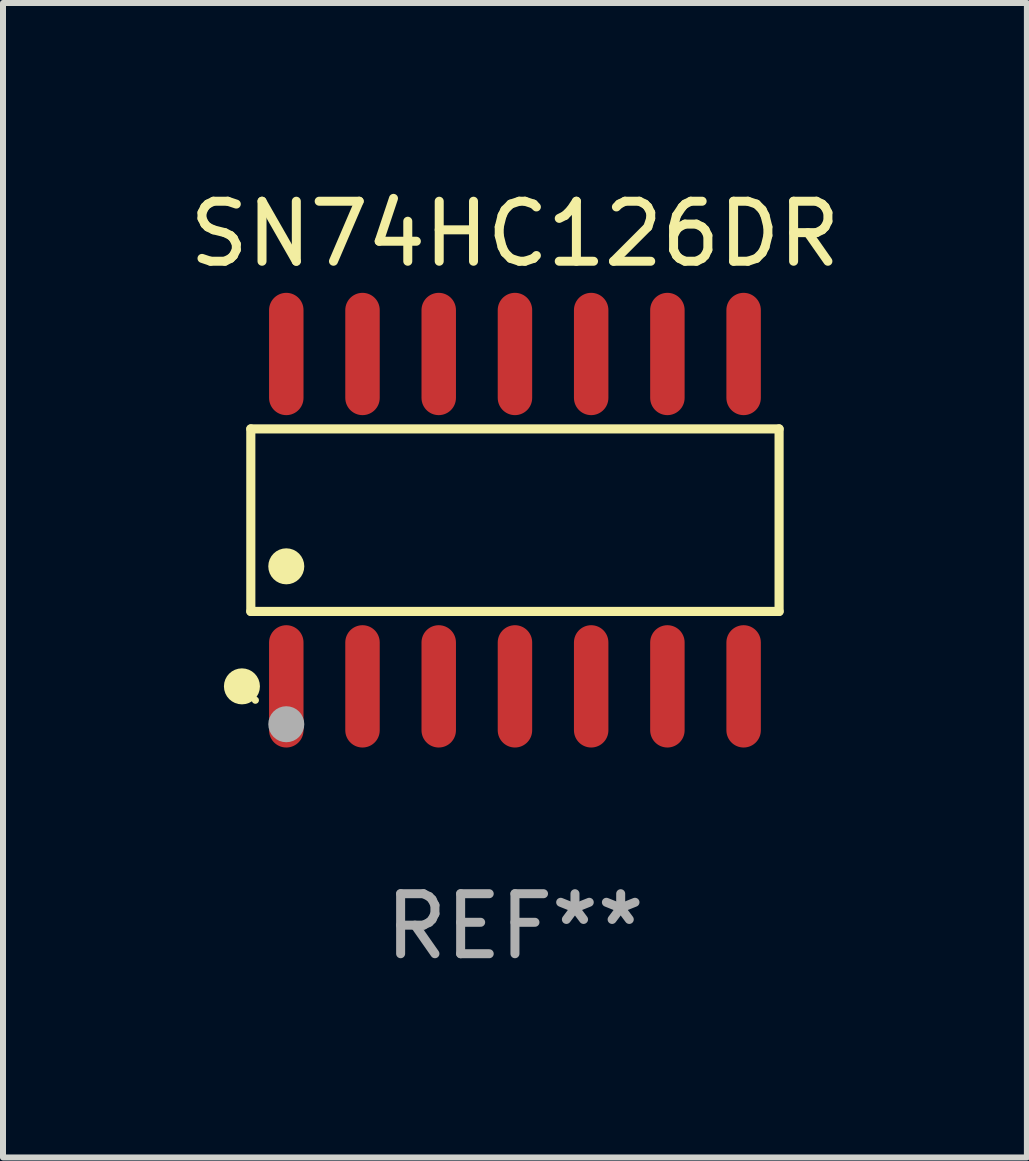
<source format=kicad_pcb>
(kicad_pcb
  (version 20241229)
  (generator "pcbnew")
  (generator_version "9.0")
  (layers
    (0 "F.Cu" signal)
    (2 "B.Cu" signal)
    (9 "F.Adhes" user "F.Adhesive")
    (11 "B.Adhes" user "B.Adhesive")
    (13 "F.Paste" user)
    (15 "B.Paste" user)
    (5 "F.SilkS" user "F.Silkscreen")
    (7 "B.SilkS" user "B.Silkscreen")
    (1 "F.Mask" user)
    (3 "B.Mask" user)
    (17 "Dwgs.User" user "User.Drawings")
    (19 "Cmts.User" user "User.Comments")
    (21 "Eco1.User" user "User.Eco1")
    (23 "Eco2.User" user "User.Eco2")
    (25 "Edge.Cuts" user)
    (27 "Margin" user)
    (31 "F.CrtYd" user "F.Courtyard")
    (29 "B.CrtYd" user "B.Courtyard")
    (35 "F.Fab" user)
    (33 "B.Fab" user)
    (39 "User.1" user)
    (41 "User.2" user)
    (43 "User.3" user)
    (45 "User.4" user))
  (footprint "SN74HC126DR"
    (layer "F.Cu")
    (at 5.53 5.617)
    (property "Reference" "SN74HC126DR" (at 0 -4.769 0) (layer "F.SilkS") (effects (font (size 1 1) (thickness 0.15))))
    (attr through_hole)
    (fp_line (start -4.401 -1.521) (end 4.401 -1.521) (stroke (width 0.152) (type solid)) (layer "F.SilkS"))
    (fp_line (start -4.401 1.521) (end -4.401 -1.521) (stroke (width 0.152) (type solid)) (layer "F.SilkS"))
    (fp_line (start 4.401 -1.521) (end 4.401 1.521) (stroke (width 0.152) (type solid)) (layer "F.SilkS"))
    (fp_line (start 4.401 1.521) (end -4.401 1.521) (stroke (width 0.152) (type solid)) (layer "F.SilkS"))
    (fp_circle (center -4.549 2.769) (end -4.399 2.769) (stroke (width 0.3) (type solid)) (fill no) (layer "F.SilkS"))
    (fp_circle (center -4.325 3) (end -4.295 3) (stroke (width 0.06) (type solid)) (fill no) (layer "F.SilkS"))
    (fp_circle (center -3.81 0.769) (end -3.66 0.769) (stroke (width 0.3) (type solid)) (fill no) (layer "F.SilkS"))
    (fp_circle (center -3.81 3.4) (end -3.66 3.4) (stroke (width 0.3) (type solid)) (fill no) (layer "F.Fab"))
    (fp_text user "REF**" (at 0 6.769 0) (layer "F.Fab") (effects (font (size 1 1) (thickness 0.15))))
    (pad "1" smd oval (at -3.81 2.769) (size 0.574 2.038) (layers "F.Cu" "F.Mask" "F.Paste"))
    (pad "2" smd oval (at -2.54 2.769) (size 0.574 2.038) (layers "F.Cu" "F.Mask" "F.Paste"))
    (pad "3" smd oval (at -1.27 2.769) (size 0.574 2.038) (layers "F.Cu" "F.Mask" "F.Paste"))
    (pad "4" smd oval (at 0 2.769) (size 0.574 2.038) (layers "F.Cu" "F.Mask" "F.Paste"))
    (pad "5" smd oval (at 1.27 2.769) (size 0.574 2.038) (layers "F.Cu" "F.Mask" "F.Paste"))
    (pad "6" smd oval (at 2.54 2.769) (size 0.574 2.038) (layers "F.Cu" "F.Mask" "F.Paste"))
    (pad "7" smd oval (at 3.81 2.769) (size 0.574 2.038) (layers "F.Cu" "F.Mask" "F.Paste"))
    (pad "8" smd oval (at 3.81 -2.769) (size 0.574 2.038) (layers "F.Cu" "F.Mask" "F.Paste"))
    (pad "9" smd oval (at 2.54 -2.769) (size 0.574 2.038) (layers "F.Cu" "F.Mask" "F.Paste"))
    (pad "10" smd oval (at 1.27 -2.769) (size 0.574 2.038) (layers "F.Cu" "F.Mask" "F.Paste"))
    (pad "11" smd oval (at 0 -2.769) (size 0.574 2.038) (layers "F.Cu" "F.Mask" "F.Paste"))
    (pad "12" smd oval (at -1.27 -2.769) (size 0.574 2.038) (layers "F.Cu" "F.Mask" "F.Paste"))
    (pad "13" smd oval (at -2.54 -2.769) (size 0.574 2.038) (layers "F.Cu" "F.Mask" "F.Paste"))
    (pad "14" smd oval (at -3.81 -2.769) (size 0.574 2.038) (layers "F.Cu" "F.Mask" "F.Paste")))
  (gr_rect
    (start -3 -3)
    (end 14.06 16.235)
    (stroke (width 0.1) (type default))
    (fill no)
    (layer "Edge.Cuts")))
</source>
